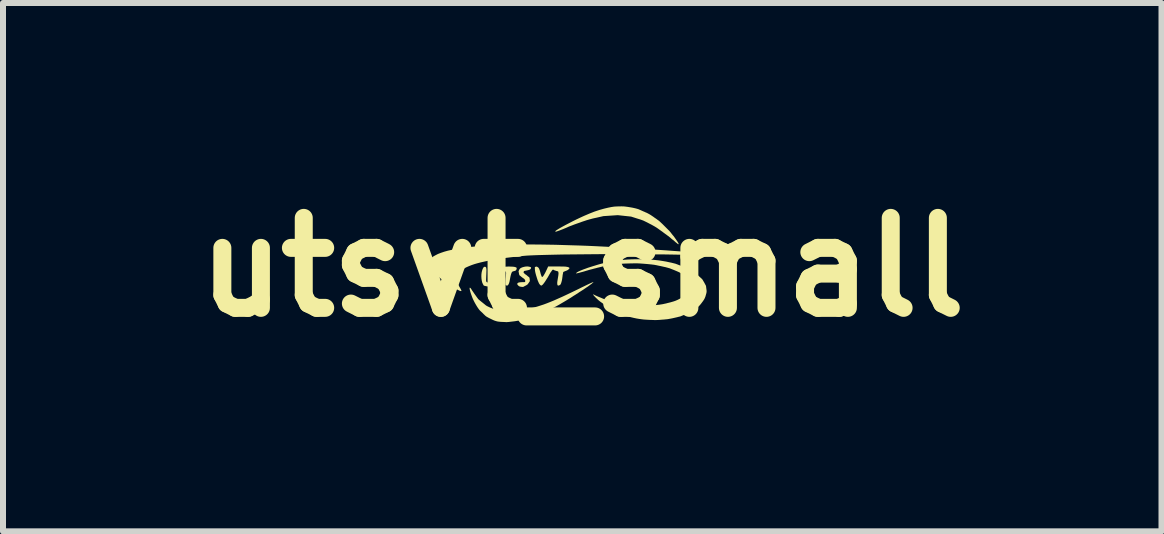
<source format=kicad_pcb>
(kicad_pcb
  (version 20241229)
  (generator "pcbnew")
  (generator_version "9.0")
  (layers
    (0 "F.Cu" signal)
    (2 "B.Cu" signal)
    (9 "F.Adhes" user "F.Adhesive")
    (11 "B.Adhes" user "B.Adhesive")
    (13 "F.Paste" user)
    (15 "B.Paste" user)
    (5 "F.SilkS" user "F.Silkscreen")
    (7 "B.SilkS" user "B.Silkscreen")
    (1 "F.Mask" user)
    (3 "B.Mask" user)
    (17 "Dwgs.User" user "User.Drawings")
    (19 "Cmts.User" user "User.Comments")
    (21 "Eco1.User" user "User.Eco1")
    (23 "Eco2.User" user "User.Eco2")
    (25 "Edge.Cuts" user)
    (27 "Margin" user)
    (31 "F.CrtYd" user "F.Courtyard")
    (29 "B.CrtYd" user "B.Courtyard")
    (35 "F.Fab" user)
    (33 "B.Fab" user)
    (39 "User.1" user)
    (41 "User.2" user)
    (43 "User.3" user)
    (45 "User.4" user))
  (footprint "utsvt_small"
    (layer "F.Cu")
    (at 6.657 1.404)
    (property "Reference" "utsvt_small" (at 0 0 0) (layer "F.SilkS") (effects (font (size 1.5 1.5) (thickness 0.3))))
    (attr board_only exclude_from_pos_files exclude_from_bom)
    (fp_poly (pts (xy -1.184 -0.009) (xy -1.16 -0.008) (xy -1.138 -0.006) (xy -1.123 -0.003) (xy -1.12 -0.002) (xy -1.108 0.002) (xy -1.099 0.007) (xy -1.095 0.009) (xy -1.093 0.02) (xy -1.095 0.033) (xy -1.101 0.046) (xy -1.11 0.056) (xy -1.119 0.061) (xy -1.139 0.066) (xy -1.154 0.07) (xy -1.163 0.074) (xy -1.17 0.08) (xy -1.175 0.087) (xy -1.179 0.097) (xy -1.185 0.111) (xy -1.191 0.132) (xy -1.197 0.158) (xy -1.202 0.183) (xy -1.207 0.211) (xy -1.211 0.233) (xy -1.215 0.25) (xy -1.219 0.262) (xy -1.223 0.273) (xy -1.227 0.282) (xy -1.232 0.291) (xy -1.232 0.291) (xy -1.243 0.304) (xy -1.254 0.308) (xy -1.266 0.305) (xy -1.272 0.301) (xy -1.277 0.297) (xy -1.279 0.292) (xy -1.281 0.285) (xy -1.281 0.273) (xy -1.281 0.256) (xy -1.281 0.255) (xy -1.28 0.236) (xy -1.279 0.212) (xy -1.277 0.186) (xy -1.274 0.164) (xy -1.272 0.142) (xy -1.271 0.122) (xy -1.27 0.106) (xy -1.27 0.094) (xy -1.27 0.093) (xy -1.272 0.085) (xy -1.274 0.078) (xy -1.279 0.073) (xy -1.288 0.068) (xy -1.303 0.06) (xy -1.319 0.051) (xy -1.329 0.043) (xy -1.334 0.035) (xy -1.334 0.026) (xy -1.331 0.014) (xy -1.328 0.007) (xy -1.323 0.002) (xy -1.315 -0.001) (xy -1.302 -0.004) (xy -1.285 -0.007) (xy -1.263 -0.009) (xy -1.238 -0.01) (xy -1.211 -0.01)) (stroke (width 0) (type solid)) (fill yes) (layer "F.SilkS"))
    (fp_poly (pts (xy -1.408 -0.004) (xy -1.397 0.004) (xy -1.384 0.016) (xy -1.386 0.05) (xy -1.39 0.081) (xy -1.396 0.117) (xy -1.404 0.155) (xy -1.414 0.193) (xy -1.425 0.228) (xy -1.436 0.258) (xy -1.437 0.26) (xy -1.448 0.288) (xy -1.478 0.301) (xy -1.492 0.308) (xy -1.505 0.312) (xy -1.518 0.315) (xy -1.535 0.318) (xy -1.557 0.321) (xy -1.565 0.322) (xy -1.575 0.321) (xy -1.59 0.32) (xy -1.606 0.316) (xy -1.609 0.316) (xy -1.641 0.308) (xy -1.655 0.284) (xy -1.667 0.258) (xy -1.675 0.226) (xy -1.68 0.191) (xy -1.682 0.154) (xy -1.681 0.117) (xy -1.676 0.081) (xy -1.667 0.048) (xy -1.66 0.029) (xy -1.652 0.014) (xy -1.646 0.004) (xy -1.639 -0.002) (xy -1.635 -0.004) (xy -1.625 -0.007) (xy -1.617 -0.006) (xy -1.612 -0.003) (xy -1.607 0.001) (xy -1.602 0.008) (xy -1.6 0.019) (xy -1.598 0.034) (xy -1.597 0.054) (xy -1.598 0.081) (xy -1.599 0.113) (xy -1.6 0.133) (xy -1.601 0.159) (xy -1.602 0.183) (xy -1.603 0.204) (xy -1.603 0.22) (xy -1.602 0.23) (xy -1.602 0.232) (xy -1.597 0.245) (xy -1.589 0.252) (xy -1.575 0.255) (xy -1.561 0.254) (xy -1.545 0.251) (xy -1.531 0.247) (xy -1.521 0.241) (xy -1.512 0.233) (xy -1.504 0.221) (xy -1.497 0.204) (xy -1.49 0.183) (xy -1.483 0.155) (xy -1.477 0.127) (xy -1.467 0.088) (xy -1.459 0.056) (xy -1.451 0.032) (xy -1.443 0.013) (xy -1.435 0.001) (xy -1.428 -0.006) (xy -1.421 -0.008)) (stroke (width 0) (type solid)) (fill yes) (layer "F.SilkS"))
    (fp_poly (pts (xy -0.907 -0.011) (xy -0.892 -0.009) (xy -0.877 -0.006) (xy -0.864 -0.002) (xy -0.857 0.001) (xy -0.856 0.002) (xy -0.853 0.009) (xy -0.855 0.02) (xy -0.862 0.03) (xy -0.866 0.035) (xy -0.874 0.04) (xy -0.882 0.044) (xy -0.895 0.048) (xy -0.912 0.052) (xy -0.925 0.055) (xy -0.971 0.064) (xy -0.976 0.077) (xy -0.978 0.085) (xy -0.978 0.091) (xy -0.974 0.096) (xy -0.965 0.105) (xy -0.962 0.108) (xy -0.952 0.117) (xy -0.944 0.123) (xy -0.94 0.125) (xy -0.936 0.127) (xy -0.929 0.133) (xy -0.928 0.134) (xy -0.916 0.144) (xy -0.902 0.156) (xy -0.888 0.166) (xy -0.885 0.169) (xy -0.881 0.175) (xy -0.878 0.186) (xy -0.876 0.203) (xy -0.873 0.232) (xy -0.893 0.262) (xy -0.902 0.275) (xy -0.909 0.285) (xy -0.918 0.292) (xy -0.928 0.299) (xy -0.944 0.308) (xy -0.949 0.31) (xy -0.964 0.318) (xy -0.976 0.325) (xy -0.985 0.329) (xy -0.987 0.33) (xy -0.992 0.33) (xy -1.002 0.329) (xy -1.014 0.328) (xy -1.034 0.325) (xy -1.049 0.32) (xy -1.061 0.312) (xy -1.072 0.301) (xy -1.081 0.29) (xy -1.084 0.28) (xy -1.081 0.271) (xy -1.078 0.266) (xy -1.069 0.26) (xy -1.055 0.255) (xy -1.035 0.252) (xy -1.007 0.25) (xy -0.994 0.25) (xy -0.978 0.25) (xy -0.965 0.249) (xy -0.957 0.248) (xy -0.956 0.248) (xy -0.953 0.243) (xy -0.95 0.235) (xy -0.951 0.221) (xy -0.958 0.207) (xy -0.97 0.193) (xy -0.981 0.186) (xy -0.993 0.178) (xy -1.004 0.169) (xy -1.007 0.167) (xy -1.017 0.159) (xy -1.028 0.15) (xy -1.039 0.141) (xy -1.046 0.136) (xy -1.048 0.132) (xy -1.052 0.121) (xy -1.055 0.107) (xy -1.056 0.101) (xy -1.062 0.068) (xy -1.052 0.046) (xy -1.045 0.032) (xy -1.037 0.023) (xy -1.025 0.015) (xy -1.022 0.013) (xy -1.003 0.004) (xy -0.979 -0.003) (xy -0.953 -0.009) (xy -0.929 -0.011) (xy -0.919 -0.012)) (stroke (width 0) (type solid)) (fill yes) (layer "F.SilkS"))
    (fp_poly (pts (xy -0.394 -0.012) (xy -0.359 -0.011) (xy -0.327 -0.01) (xy -0.301 -0.01) (xy -0.28 -0.009) (xy -0.266 -0.007) (xy -0.265 -0.007) (xy -0.242 -0.003) (xy -0.226 0.003) (xy -0.216 0.009) (xy -0.213 0.017) (xy -0.213 0.019) (xy -0.218 0.026) (xy -0.227 0.036) (xy -0.238 0.045) (xy -0.248 0.051) (xy -0.252 0.053) (xy -0.258 0.056) (xy -0.269 0.06) (xy -0.282 0.065) (xy -0.296 0.071) (xy -0.307 0.076) (xy -0.314 0.079) (xy -0.315 0.08) (xy -0.318 0.085) (xy -0.32 0.097) (xy -0.323 0.113) (xy -0.327 0.132) (xy -0.329 0.153) (xy -0.332 0.173) (xy -0.335 0.196) (xy -0.339 0.219) (xy -0.345 0.242) (xy -0.351 0.262) (xy -0.357 0.278) (xy -0.362 0.288) (xy -0.364 0.29) (xy -0.379 0.301) (xy -0.394 0.307) (xy -0.402 0.306) (xy -0.408 0.304) (xy -0.412 0.3) (xy -0.415 0.291) (xy -0.416 0.283) (xy -0.417 0.274) (xy -0.417 0.266) (xy -0.417 0.257) (xy -0.416 0.246) (xy -0.414 0.231) (xy -0.411 0.213) (xy -0.407 0.188) (xy -0.403 0.164) (xy -0.399 0.139) (xy -0.397 0.121) (xy -0.396 0.108) (xy -0.396 0.098) (xy -0.397 0.09) (xy -0.398 0.087) (xy -0.402 0.071) (xy -0.437 0.061) (xy -0.453 0.056) (xy -0.467 0.051) (xy -0.476 0.046) (xy -0.478 0.045) (xy -0.485 0.04) (xy -0.493 0.043) (xy -0.503 0.053) (xy -0.509 0.061) (xy -0.516 0.072) (xy -0.522 0.08) (xy -0.525 0.083) (xy -0.528 0.088) (xy -0.535 0.099) (xy -0.543 0.113) (xy -0.548 0.121) (xy -0.573 0.166) (xy -0.597 0.204) (xy -0.618 0.237) (xy -0.636 0.263) (xy -0.652 0.283) (xy -0.664 0.296) (xy -0.669 0.299) (xy -0.678 0.305) (xy -0.683 0.308) (xy -0.684 0.308) (xy -0.687 0.306) (xy -0.695 0.301) (xy -0.698 0.3) (xy -0.708 0.289) (xy -0.72 0.272) (xy -0.731 0.248) (xy -0.744 0.217) (xy -0.756 0.18) (xy -0.769 0.138) (xy -0.777 0.109) (xy -0.784 0.08) (xy -0.788 0.055) (xy -0.79 0.033) (xy -0.79 0.029) (xy -0.79 -0.002) (xy -0.775 -0.007) (xy -0.765 -0.009) (xy -0.758 -0.009) (xy -0.75 -0.005) (xy -0.743 -0.001) (xy -0.732 0.007) (xy -0.725 0.016) (xy -0.718 0.029) (xy -0.716 0.035) (xy -0.709 0.052) (xy -0.703 0.072) (xy -0.698 0.092) (xy -0.698 0.092) (xy -0.692 0.115) (xy -0.685 0.135) (xy -0.679 0.151) (xy -0.673 0.161) (xy -0.669 0.164) (xy -0.662 0.161) (xy -0.654 0.153) (xy -0.644 0.139) (xy -0.632 0.119) (xy -0.617 0.092) (xy -0.601 0.059) (xy -0.591 0.038) (xy -0.568 -0.012) (xy -0.433 -0.012)) (stroke (width 0) (type solid)) (fill yes) (layer "F.SilkS"))
    (fp_poly (pts (xy 0.673 -1.013) (xy 0.691 -1.013) (xy 0.711 -1.011) (xy 0.734 -1.008) (xy 0.757 -1.005) (xy 0.794 -0.999) (xy 0.83 -0.993) (xy 0.863 -0.986) (xy 0.893 -0.979) (xy 0.918 -0.972) (xy 0.938 -0.966) (xy 0.942 -0.964) (xy 0.951 -0.96) (xy 0.965 -0.954) (xy 0.983 -0.946) (xy 1.005 -0.936) (xy 1.028 -0.926) (xy 1.034 -0.924) (xy 1.057 -0.913) (xy 1.077 -0.905) (xy 1.094 -0.896) (xy 1.109 -0.888) (xy 1.125 -0.879) (xy 1.143 -0.868) (xy 1.164 -0.854) (xy 1.189 -0.837) (xy 1.198 -0.83) (xy 1.223 -0.813) (xy 1.243 -0.799) (xy 1.26 -0.786) (xy 1.276 -0.775) (xy 1.29 -0.763) (xy 1.305 -0.749) (xy 1.321 -0.734) (xy 1.34 -0.716) (xy 1.363 -0.693) (xy 1.374 -0.682) (xy 1.396 -0.66) (xy 1.417 -0.639) (xy 1.436 -0.62) (xy 1.452 -0.604) (xy 1.464 -0.59) (xy 1.472 -0.582) (xy 1.473 -0.579) (xy 1.48 -0.57) (xy 1.485 -0.563) (xy 1.487 -0.562) (xy 1.49 -0.558) (xy 1.496 -0.55) (xy 1.502 -0.542) (xy 1.51 -0.532) (xy 1.517 -0.524) (xy 1.52 -0.521) (xy 1.524 -0.516) (xy 1.531 -0.507) (xy 1.54 -0.494) (xy 1.547 -0.484) (xy 1.557 -0.47) (xy 1.566 -0.458) (xy 1.571 -0.449) (xy 1.573 -0.447) (xy 1.58 -0.437) (xy 1.588 -0.425) (xy 1.596 -0.411) (xy 1.603 -0.4) (xy 1.606 -0.392) (xy 1.606 -0.392) (xy 1.606 -0.384) (xy 1.601 -0.382) (xy 1.593 -0.386) (xy 1.59 -0.389) (xy 1.582 -0.396) (xy 1.572 -0.404) (xy 1.565 -0.409) (xy 1.553 -0.419) (xy 1.542 -0.429) (xy 1.538 -0.433) (xy 1.528 -0.442) (xy 1.516 -0.452) (xy 1.514 -0.453) (xy 1.504 -0.46) (xy 1.494 -0.468) (xy 1.482 -0.478) (xy 1.472 -0.487) (xy 1.466 -0.493) (xy 1.459 -0.498) (xy 1.452 -0.504) (xy 1.444 -0.511) (xy 1.433 -0.519) (xy 1.42 -0.528) (xy 1.403 -0.541) (xy 1.382 -0.556) (xy 1.356 -0.575) (xy 1.334 -0.592) (xy 1.304 -0.613) (xy 1.279 -0.631) (xy 1.258 -0.646) (xy 1.239 -0.659) (xy 1.221 -0.67) (xy 1.203 -0.681) (xy 1.183 -0.692) (xy 1.16 -0.705) (xy 1.133 -0.719) (xy 1.121 -0.725) (xy 1.091 -0.741) (xy 1.067 -0.753) (xy 1.046 -0.763) (xy 1.028 -0.772) (xy 1.012 -0.779) (xy 0.995 -0.785) (xy 0.976 -0.792) (xy 0.955 -0.799) (xy 0.928 -0.807) (xy 0.915 -0.811) (xy 0.815 -0.843) (xy 0.703 -0.855) (xy 0.592 -0.867) (xy 0.473 -0.859) (xy 0.353 -0.851) (xy 0.23 -0.823) (xy 0.196 -0.816) (xy 0.167 -0.809) (xy 0.142 -0.802) (xy 0.118 -0.796) (xy 0.095 -0.789) (xy 0.071 -0.782) (xy 0.045 -0.773) (xy 0.014 -0.763) (xy -0.023 -0.75) (xy -0.027 -0.748) (xy -0.082 -0.729) (xy -0.13 -0.712) (xy -0.171 -0.696) (xy -0.206 -0.683) (xy -0.233 -0.672) (xy -0.252 -0.663) (xy -0.268 -0.656) (xy -0.29 -0.647) (xy -0.314 -0.637) (xy -0.339 -0.627) (xy -0.365 -0.617) (xy -0.389 -0.608) (xy -0.41 -0.601) (xy -0.426 -0.595) (xy -0.434 -0.593) (xy -0.446 -0.592) (xy -0.45 -0.594) (xy -0.449 -0.599) (xy -0.442 -0.607) (xy -0.428 -0.617) (xy -0.409 -0.629) (xy -0.408 -0.63) (xy -0.37 -0.653) (xy -0.325 -0.678) (xy -0.275 -0.705) (xy -0.221 -0.733) (xy -0.165 -0.762) (xy -0.107 -0.791) (xy -0.048 -0.819) (xy 0.01 -0.846) (xy 0.03 -0.855) (xy 0.119 -0.893) (xy 0.203 -0.926) (xy 0.284 -0.953) (xy 0.362 -0.975) (xy 0.429 -0.991) (xy 0.459 -0.997) (xy 0.483 -1.002) (xy 0.503 -1.005) (xy 0.522 -1.008) (xy 0.539 -1.01) (xy 0.559 -1.011) (xy 0.581 -1.012) (xy 0.601 -1.013) (xy 0.63 -1.013) (xy 0.653 -1.014)) (stroke (width 0) (type solid)) (fill yes) (layer "F.SilkS"))
    (fp_poly (pts (xy 0.187 0.248) (xy 0.184 0.253) (xy 0.176 0.26) (xy 0.165 0.27) (xy 0.151 0.282) (xy 0.139 0.29) (xy 0.126 0.299) (xy 0.116 0.307) (xy 0.11 0.311) (xy 0.109 0.312) (xy 0.105 0.315) (xy 0.096 0.321) (xy 0.084 0.33) (xy 0.072 0.337) (xy 0.058 0.347) (xy 0.046 0.355) (xy 0.038 0.36) (xy 0.035 0.363) (xy 0.031 0.365) (xy 0.022 0.372) (xy 0.009 0.38) (xy -0.008 0.391) (xy -0.016 0.396) (xy -0.033 0.407) (xy -0.048 0.416) (xy -0.059 0.424) (xy -0.065 0.428) (xy -0.066 0.429) (xy -0.07 0.432) (xy -0.079 0.438) (xy -0.093 0.446) (xy -0.109 0.457) (xy -0.115 0.46) (xy -0.132 0.471) (xy -0.147 0.48) (xy -0.157 0.487) (xy -0.163 0.491) (xy -0.164 0.491) (xy -0.168 0.494) (xy -0.177 0.5) (xy -0.191 0.509) (xy -0.207 0.519) (xy -0.214 0.523) (xy -0.261 0.552) (xy -0.303 0.577) (xy -0.339 0.598) (xy -0.371 0.617) (xy -0.399 0.633) (xy -0.424 0.647) (xy -0.448 0.66) (xy -0.469 0.671) (xy -0.49 0.682) (xy -0.507 0.69) (xy -0.53 0.701) (xy -0.557 0.713) (xy -0.584 0.727) (xy -0.608 0.738) (xy -0.609 0.739) (xy -0.648 0.757) (xy -0.694 0.776) (xy -0.743 0.795) (xy -0.795 0.814) (xy -0.847 0.832) (xy -0.899 0.848) (xy -0.947 0.862) (xy -0.967 0.868) (xy -1.003 0.877) (xy -1.034 0.885) (xy -1.063 0.891) (xy -1.091 0.896) (xy -1.121 0.901) (xy -1.153 0.905) (xy -1.179 0.908) (xy -1.204 0.911) (xy -1.227 0.914) (xy -1.245 0.915) (xy -1.257 0.916) (xy -1.26 0.916) (xy -1.27 0.916) (xy -1.287 0.915) (xy -1.307 0.914) (xy -1.329 0.913) (xy -1.336 0.913) (xy -1.368 0.911) (xy -1.396 0.908) (xy -1.42 0.904) (xy -1.444 0.897) (xy -1.468 0.889) (xy -1.495 0.877) (xy -1.527 0.861) (xy -1.532 0.859) (xy -1.556 0.847) (xy -1.574 0.837) (xy -1.589 0.829) (xy -1.6 0.822) (xy -1.611 0.814) (xy -1.622 0.804) (xy -1.634 0.792) (xy -1.643 0.784) (xy -1.659 0.767) (xy -1.676 0.751) (xy -1.691 0.737) (xy -1.702 0.727) (xy -1.704 0.725) (xy -1.714 0.714) (xy -1.727 0.697) (xy -1.742 0.676) (xy -1.758 0.651) (xy -1.774 0.624) (xy -1.79 0.596) (xy -1.804 0.569) (xy -1.817 0.543) (xy -1.827 0.521) (xy -1.839 0.49) (xy -1.85 0.46) (xy -1.86 0.43) (xy -1.868 0.403) (xy -1.874 0.38) (xy -1.876 0.367) (xy -1.878 0.354) (xy -1.878 0.347) (xy -1.876 0.344) (xy -1.871 0.343) (xy -1.871 0.343) (xy -1.864 0.347) (xy -1.856 0.357) (xy -1.853 0.362) (xy -1.847 0.371) (xy -1.838 0.386) (xy -1.826 0.403) (xy -1.812 0.423) (xy -1.798 0.444) (xy -1.782 0.466) (xy -1.768 0.486) (xy -1.754 0.505) (xy -1.743 0.52) (xy -1.735 0.531) (xy -1.73 0.536) (xy -1.721 0.544) (xy -1.71 0.553) (xy -1.709 0.554) (xy -1.698 0.563) (xy -1.688 0.571) (xy -1.687 0.572) (xy -1.677 0.58) (xy -1.668 0.587) (xy -1.657 0.596) (xy -1.648 0.603) (xy -1.639 0.611) (xy -1.628 0.619) (xy -1.627 0.62) (xy -1.618 0.628) (xy -1.61 0.634) (xy -1.609 0.635) (xy -1.602 0.64) (xy -1.589 0.648) (xy -1.571 0.657) (xy -1.552 0.666) (xy -1.533 0.675) (xy -1.514 0.682) (xy -1.499 0.688) (xy -1.492 0.69) (xy -1.477 0.694) (xy -1.462 0.698) (xy -1.447 0.7) (xy -1.43 0.702) (xy -1.41 0.704) (xy -1.387 0.706) (xy -1.36 0.707) (xy -1.327 0.708) (xy -1.289 0.708) (xy -1.247 0.709) (xy -1.184 0.71) (xy -1.127 0.709) (xy -1.077 0.709) (xy -1.031 0.707) (xy -0.99 0.704) (xy -0.951 0.701) (xy -0.915 0.696) (xy -0.879 0.69) (xy -0.844 0.682) (xy -0.808 0.674) (xy -0.771 0.663) (xy -0.747 0.656) (xy -0.697 0.64) (xy -0.645 0.623) (xy -0.591 0.603) (xy -0.533 0.58) (xy -0.472 0.555) (xy -0.407 0.526) (xy -0.337 0.495) (xy -0.262 0.46) (xy -0.182 0.422) (xy -0.095 0.38) (xy -0.062 0.364) (xy -0.008 0.337) (xy 0.04 0.314) (xy 0.081 0.294) (xy 0.115 0.278) (xy 0.143 0.265) (xy 0.164 0.256) (xy 0.178 0.25) (xy 0.186 0.248)) (stroke (width 0) (type solid)) (fill yes) (layer "F.SilkS"))
    (fp_poly (pts (xy -0.811 -0.378) (xy -0.694 -0.377) (xy -0.573 -0.375) (xy -0.447 -0.373) (xy -0.319 -0.369) (xy -0.187 -0.365) (xy -0.053 -0.361) (xy 0.082 -0.356) (xy 0.218 -0.35) (xy 0.355 -0.343) (xy 0.458 -0.338) (xy 0.566 -0.332) (xy 0.679 -0.326) (xy 0.795 -0.319) (xy 0.914 -0.312) (xy 1.035 -0.304) (xy 1.156 -0.296) (xy 1.278 -0.288) (xy 1.399 -0.28) (xy 1.517 -0.271) (xy 1.634 -0.263) (xy 1.746 -0.254) (xy 1.854 -0.246) (xy 1.957 -0.238) (xy 2.053 -0.23) (xy 2.111 -0.224) (xy 2.142 -0.222) (xy 2.178 -0.219) (xy 2.219 -0.215) (xy 2.261 -0.211) (xy 2.304 -0.207) (xy 2.344 -0.204) (xy 2.364 -0.202) (xy 2.402 -0.199) (xy 2.434 -0.196) (xy 2.458 -0.193) (xy 2.476 -0.191) (xy 2.486 -0.19) (xy 2.489 -0.188) (xy 2.485 -0.188) (xy 2.477 -0.188) (xy 2.462 -0.188) (xy 2.441 -0.188) (xy 2.413 -0.189) (xy 2.381 -0.19) (xy 2.344 -0.19) (xy 2.304 -0.191) (xy 2.26 -0.193) (xy 2.214 -0.194) (xy 2.173 -0.195) (xy 2.097 -0.197) (xy 2.026 -0.199) (xy 1.96 -0.201) (xy 1.898 -0.202) (xy 1.84 -0.204) (xy 1.784 -0.205) (xy 1.73 -0.206) (xy 1.676 -0.207) (xy 1.623 -0.208) (xy 1.568 -0.209) (xy 1.512 -0.21) (xy 1.454 -0.211) (xy 1.391 -0.212) (xy 1.325 -0.213) (xy 1.253 -0.213) (xy 1.176 -0.214) (xy 1.091 -0.215) (xy 1.075 -0.215) (xy 0.971 -0.216) (xy 0.864 -0.217) (xy 0.755 -0.217) (xy 0.644 -0.217) (xy 0.532 -0.217) (xy 0.42 -0.217) (xy 0.309 -0.217) (xy 0.198 -0.216) (xy 0.088 -0.215) (xy -0.019 -0.214) (xy -0.124 -0.213) (xy -0.225 -0.212) (xy -0.323 -0.211) (xy -0.417 -0.209) (xy -0.505 -0.207) (xy -0.589 -0.205) (xy -0.665 -0.203) (xy -0.736 -0.201) (xy -0.79 -0.199) (xy -0.838 -0.197) (xy -0.88 -0.195) (xy -0.919 -0.193) (xy -0.955 -0.19) (xy -0.991 -0.187) (xy -1.028 -0.184) (xy -1.069 -0.18) (xy -1.114 -0.174) (xy -1.155 -0.169) (xy -1.263 -0.156) (xy -1.363 -0.142) (xy -1.456 -0.127) (xy -1.542 -0.112) (xy -1.62 -0.096) (xy -1.691 -0.08) (xy -1.756 -0.063) (xy -1.797 -0.051) (xy -1.846 -0.034) (xy -1.891 -0.016) (xy -1.932 0.002) (xy -1.968 0.021) (xy -1.999 0.041) (xy -2.022 0.059) (xy -2.023 0.06) (xy -2.029 0.065) (xy -2.038 0.072) (xy -2.042 0.076) (xy -2.052 0.086) (xy -2.062 0.1) (xy -2.073 0.12) (xy -2.074 0.123) (xy -2.083 0.144) (xy -2.09 0.16) (xy -2.093 0.174) (xy -2.094 0.187) (xy -2.092 0.203) (xy -2.089 0.222) (xy -2.083 0.247) (xy -2.074 0.273) (xy -2.062 0.3) (xy -2.046 0.331) (xy -2.032 0.354) (xy -2.022 0.373) (xy -2.016 0.386) (xy -2.014 0.394) (xy -2.018 0.398) (xy -2.026 0.398) (xy -2.029 0.398) (xy -2.042 0.394) (xy -2.061 0.385) (xy -2.086 0.372) (xy -2.116 0.355) (xy -2.151 0.335) (xy -2.19 0.31) (xy -2.233 0.282) (xy -2.255 0.268) (xy -2.275 0.254) (xy -2.294 0.242) (xy -2.309 0.231) (xy -2.321 0.222) (xy -2.327 0.217) (xy -2.327 0.217) (xy -2.335 0.21) (xy -2.346 0.201) (xy -2.351 0.197) (xy -2.36 0.19) (xy -2.367 0.185) (xy -2.368 0.184) (xy -2.372 0.18) (xy -2.38 0.174) (xy -2.386 0.17) (xy -2.394 0.163) (xy -2.401 0.158) (xy -2.408 0.153) (xy -2.414 0.147) (xy -2.422 0.139) (xy -2.432 0.129) (xy -2.445 0.116) (xy -2.462 0.098) (xy -2.476 0.084) (xy -2.487 0.073) (xy -2.496 0.065) (xy -2.501 0.06) (xy -2.501 0.06) (xy -2.507 0.054) (xy -2.515 0.044) (xy -2.524 0.029) (xy -2.534 0.013) (xy -2.543 -0.002) (xy -2.55 -0.016) (xy -2.554 -0.027) (xy -2.554 -0.029) (xy -2.555 -0.039) (xy -2.555 -0.055) (xy -2.554 -0.071) (xy -2.554 -0.072) (xy -2.552 -0.085) (xy -2.55 -0.095) (xy -2.547 -0.104) (xy -2.541 -0.114) (xy -2.532 -0.127) (xy -2.525 -0.136) (xy -2.515 -0.149) (xy -2.507 -0.159) (xy -2.499 -0.167) (xy -2.489 -0.174) (xy -2.477 -0.182) (xy -2.461 -0.191) (xy -2.448 -0.198) (xy -2.405 -0.22) (xy -2.356 -0.239) (xy -2.3 -0.258) (xy -2.239 -0.275) (xy -2.17 -0.29) (xy -2.095 -0.305) (xy -2.014 -0.318) (xy -1.925 -0.33) (xy -1.83 -0.34) (xy -1.727 -0.35) (xy -1.617 -0.358) (xy -1.499 -0.365) (xy -1.374 -0.371) (xy -1.311 -0.373) (xy -1.224 -0.375) (xy -1.131 -0.377) (xy -1.03 -0.378) (xy -0.923 -0.378)) (stroke (width 0) (type solid)) (fill yes) (layer "F.SilkS"))
    (fp_poly (pts (xy 0.967 -0.132) (xy 0.993 -0.131) (xy 1.071 -0.129) (xy 1.143 -0.126) (xy 1.211 -0.12) (xy 1.276 -0.113) (xy 1.34 -0.103) (xy 1.404 -0.092) (xy 1.44 -0.084) (xy 1.469 -0.078) (xy 1.493 -0.073) (xy 1.512 -0.068) (xy 1.529 -0.064) (xy 1.544 -0.06) (xy 1.559 -0.056) (xy 1.574 -0.05) (xy 1.593 -0.043) (xy 1.615 -0.034) (xy 1.643 -0.024) (xy 1.658 -0.017) (xy 1.69 -0.005) (xy 1.717 0.007) (xy 1.74 0.017) (xy 1.762 0.028) (xy 1.784 0.039) (xy 1.808 0.053) (xy 1.824 0.062) (xy 1.846 0.075) (xy 1.866 0.088) (xy 1.883 0.098) (xy 1.896 0.106) (xy 1.903 0.111) (xy 1.904 0.113) (xy 1.908 0.116) (xy 1.915 0.123) (xy 1.925 0.132) (xy 1.94 0.146) (xy 1.959 0.163) (xy 1.983 0.185) (xy 1.997 0.198) (xy 2.002 0.204) (xy 2.01 0.216) (xy 2.019 0.232) (xy 2.03 0.25) (xy 2.035 0.259) (xy 2.063 0.312) (xy 2.069 0.361) (xy 2.072 0.382) (xy 2.073 0.397) (xy 2.073 0.408) (xy 2.072 0.418) (xy 2.07 0.429) (xy 2.068 0.438) (xy 2.06 0.466) (xy 2.054 0.488) (xy 2.047 0.506) (xy 2.04 0.522) (xy 2.032 0.537) (xy 2.021 0.554) (xy 2.008 0.573) (xy 2.003 0.579) (xy 1.984 0.605) (xy 1.967 0.626) (xy 1.951 0.644) (xy 1.935 0.659) (xy 1.916 0.674) (xy 1.893 0.69) (xy 1.885 0.696) (xy 1.867 0.708) (xy 1.849 0.72) (xy 1.833 0.731) (xy 1.823 0.738) (xy 1.812 0.745) (xy 1.794 0.754) (xy 1.771 0.765) (xy 1.745 0.776) (xy 1.73 0.783) (xy 1.707 0.792) (xy 1.685 0.801) (xy 1.667 0.808) (xy 1.653 0.814) (xy 1.645 0.817) (xy 1.645 0.818) (xy 1.638 0.82) (xy 1.624 0.824) (xy 1.606 0.828) (xy 1.583 0.834) (xy 1.557 0.84) (xy 1.535 0.845) (xy 1.504 0.852) (xy 1.479 0.857) (xy 1.456 0.861) (xy 1.436 0.865) (xy 1.414 0.868) (xy 1.391 0.87) (xy 1.363 0.873) (xy 1.332 0.875) (xy 1.299 0.878) (xy 1.272 0.88) (xy 1.249 0.881) (xy 1.228 0.882) (xy 1.207 0.882) (xy 1.185 0.881) (xy 1.159 0.88) (xy 1.127 0.879) (xy 1.124 0.879) (xy 1.072 0.876) (xy 1.027 0.873) (xy 0.985 0.868) (xy 0.944 0.862) (xy 0.903 0.855) (xy 0.86 0.846) (xy 0.847 0.843) (xy 0.801 0.832) (xy 0.761 0.821) (xy 0.725 0.81) (xy 0.69 0.797) (xy 0.655 0.783) (xy 0.648 0.78) (xy 0.631 0.773) (xy 0.612 0.764) (xy 0.59 0.753) (xy 0.567 0.742) (xy 0.544 0.73) (xy 0.523 0.719) (xy 0.504 0.709) (xy 0.488 0.701) (xy 0.477 0.694) (xy 0.472 0.691) (xy 0.472 0.691) (xy 0.468 0.688) (xy 0.459 0.682) (xy 0.445 0.673) (xy 0.429 0.663) (xy 0.419 0.657) (xy 0.401 0.646) (xy 0.386 0.636) (xy 0.374 0.628) (xy 0.366 0.623) (xy 0.365 0.622) (xy 0.36 0.618) (xy 0.351 0.611) (xy 0.337 0.601) (xy 0.322 0.59) (xy 0.32 0.589) (xy 0.302 0.576) (xy 0.285 0.563) (xy 0.271 0.551) (xy 0.261 0.543) (xy 0.249 0.53) (xy 0.235 0.518) (xy 0.228 0.511) (xy 0.217 0.5) (xy 0.205 0.487) (xy 0.193 0.474) (xy 0.184 0.462) (xy 0.178 0.454) (xy 0.18 0.453) (xy 0.188 0.456) (xy 0.2 0.461) (xy 0.215 0.469) (xy 0.215 0.469) (xy 0.231 0.476) (xy 0.251 0.485) (xy 0.276 0.496) (xy 0.304 0.507) (xy 0.332 0.519) (xy 0.349 0.526) (xy 0.38 0.538) (xy 0.406 0.548) (xy 0.43 0.556) (xy 0.452 0.563) (xy 0.476 0.57) (xy 0.503 0.577) (xy 0.535 0.585) (xy 0.546 0.588) (xy 0.581 0.596) (xy 0.611 0.603) (xy 0.638 0.608) (xy 0.665 0.613) (xy 0.693 0.617) (xy 0.725 0.622) (xy 0.761 0.626) (xy 0.797 0.631) (xy 0.827 0.634) (xy 0.855 0.637) (xy 0.882 0.638) (xy 0.909 0.64) (xy 0.94 0.641) (xy 0.976 0.642) (xy 0.991 0.642) (xy 1.026 0.643) (xy 1.054 0.643) (xy 1.078 0.643) (xy 1.099 0.643) (xy 1.119 0.642) (xy 1.139 0.641) (xy 1.162 0.639) (xy 1.189 0.636) (xy 1.221 0.633) (xy 1.221 0.633) (xy 1.256 0.629) (xy 1.284 0.626) (xy 1.308 0.622) (xy 1.33 0.619) (xy 1.351 0.615) (xy 1.372 0.61) (xy 1.397 0.605) (xy 1.426 0.597) (xy 1.427 0.597) (xy 1.464 0.588) (xy 1.496 0.579) (xy 1.523 0.571) (xy 1.547 0.563) (xy 1.569 0.554) (xy 1.592 0.544) (xy 1.615 0.532) (xy 1.642 0.518) (xy 1.652 0.512) (xy 1.677 0.498) (xy 1.696 0.487) (xy 1.712 0.477) (xy 1.726 0.467) (xy 1.739 0.456) (xy 1.754 0.442) (xy 1.759 0.438) (xy 1.798 0.4) (xy 1.813 0.359) (xy 1.827 0.318) (xy 1.82 0.283) (xy 1.816 0.269) (xy 1.813 0.257) (xy 1.809 0.247) (xy 1.803 0.237) (xy 1.794 0.224) (xy 1.782 0.208) (xy 1.771 0.194) (xy 1.761 0.182) (xy 1.752 0.173) (xy 1.742 0.164) (xy 1.73 0.155) (xy 1.714 0.144) (xy 1.693 0.13) (xy 1.692 0.129) (xy 1.668 0.114) (xy 1.647 0.102) (xy 1.627 0.091) (xy 1.605 0.08) (xy 1.58 0.069) (xy 1.552 0.057) (xy 1.523 0.045) (xy 1.497 0.035) (xy 1.475 0.026) (xy 1.454 0.018) (xy 1.432 0.012) (xy 1.41 0.006) (xy 1.384 -0.001) (xy 1.355 -0.007) (xy 1.32 -0.015) (xy 1.297 -0.02) (xy 1.266 -0.026) (xy 1.24 -0.032) (xy 1.218 -0.036) (xy 1.197 -0.04) (xy 1.178 -0.042) (xy 1.157 -0.045) (xy 1.134 -0.047) (xy 1.107 -0.05) (xy 1.074 -0.053) (xy 1.05 -0.055) (xy 1.013 -0.058) (xy 0.982 -0.06) (xy 0.956 -0.062) (xy 0.933 -0.063) (xy 0.911 -0.064) (xy 0.89 -0.064) (xy 0.866 -0.064) (xy 0.839 -0.063) (xy 0.808 -0.063) (xy 0.786 -0.062) (xy 0.75 -0.061) (xy 0.719 -0.06) (xy 0.693 -0.059) (xy 0.668 -0.057) (xy 0.644 -0.055) (xy 0.619 -0.053) (xy 0.591 -0.049) (xy 0.558 -0.045) (xy 0.521 -0.04) (xy 0.483 -0.036) (xy 0.451 -0.031) (xy 0.424 -0.027) (xy 0.4 -0.023) (xy 0.378 -0.019) (xy 0.355 -0.014) (xy 0.33 -0.009) (xy 0.302 -0.002) (xy 0.269 0.006) (xy 0.259 0.008) (xy 0.227 0.017) (xy 0.194 0.025) (xy 0.162 0.034) (xy 0.133 0.041) (xy 0.108 0.048) (xy 0.089 0.054) (xy 0.084 0.055) (xy 0.055 0.064) (xy 0.025 0.073) (xy -0.004 0.081) (xy -0.031 0.088) (xy -0.054 0.095) (xy -0.073 0.099) (xy -0.087 0.102) (xy -0.091 0.103) (xy -0.105 0.105) (xy -0.098 0.095) (xy -0.089 0.087) (xy -0.072 0.077) (xy -0.05 0.066) (xy -0.021 0.054) (xy 0.013 0.04) (xy 0.052 0.026) (xy 0.095 0.01) (xy 0.142 -0.005) (xy 0.193 -0.021) (xy 0.207 -0.025) (xy 0.255 -0.04) (xy 0.297 -0.052) (xy 0.335 -0.062) (xy 0.37 -0.071) (xy 0.404 -0.079) (xy 0.438 -0.086) (xy 0.475 -0.093) (xy 0.514 -0.099) (xy 0.552 -0.105) (xy 0.619 -0.114) (xy 0.684 -0.122) (xy 0.75 -0.127) (xy 0.818 -0.13) (xy 0.89 -0.132)) (stroke (width 0) (type solid)) (fill yes) (layer "F.SilkS")))
  (gr_rect
    (start -3 -3)
    (end 16.314 5.808)
    (stroke (width 0.1) (type default))
    (fill no)
    (layer "Edge.Cuts")))
</source>
